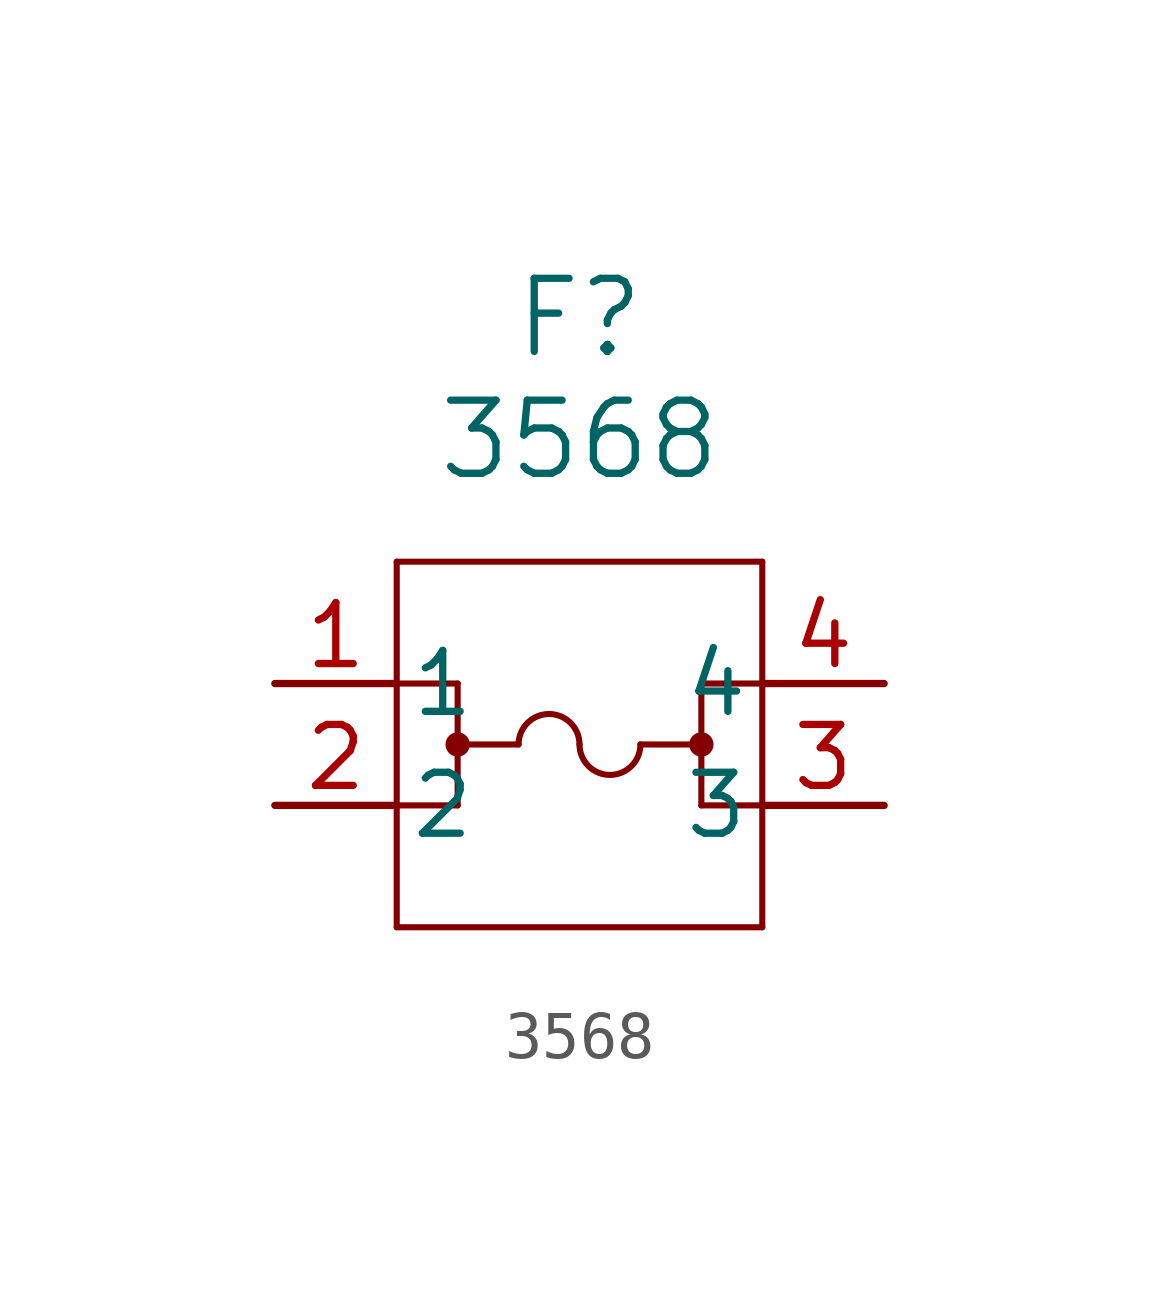
<source format=kicad_sym>
(kicad_symbol_lib
  (version 20241209)
  (generator "kicad_symbol_editor")
  (generator_version "9.0")
  (symbol "3568"
    (pin_names
      (offset 0.254))
    (property "Reference" "F"
      (at 0 8.89 0)
      (effects (font (size 1.524 1.524))))
    (property "Value" "3568"
      (at 0 6.35 0)
      (effects (font (size 1.524 1.524))))
    (property "ki_locked" ""
      (at 0 0 0)
      (effects (font (size 1.27 1.27))))
    (symbol "3568_0_1"
      (polyline (pts (xy -3.81 3.81) (xy -3.81 -3.81)) (stroke (width 0.127) (type default)) (fill (type none)))
      (polyline (pts (xy -3.81 1.27) (xy -2.54 1.27)) (stroke (width 0.127) (type default)) (fill (type none)))
      (polyline (pts (xy -3.81 -1.27) (xy -2.54 -1.27)) (stroke (width 0.127) (type default)) (fill (type none)))
      (polyline (pts (xy -3.81 -3.81) (xy 3.81 -3.81)) (stroke (width 0.127) (type default)) (fill (type none)))
      (polyline (pts (xy -2.54 1.27) (xy -2.54 -1.27)) (stroke (width 0.127) (type default)) (fill (type none)))
      (circle (center -2.54 0) (radius 0.127) (stroke (width 0.254) (type default)) (fill (type none)))
      (polyline (pts (xy -2.54 0) (xy -1.27 0)) (stroke (width 0.127) (type default)) (fill (type none)))
      (arc (start -1.27 0) (mid -0.635 0.635) (end 0 0) (stroke (width 0.127) (type default)) (fill (type none)))
      (arc (start 1.27 0) (mid 0.635 -0.635) (end 0 0) (stroke (width 0.127) (type default)) (fill (type none)))
      (polyline (pts (xy 1.27 0) (xy 2.54 0)) (stroke (width 0.127) (type default)) (fill (type none)))
      (polyline (pts (xy 2.54 1.27) (xy 3.81 1.27)) (stroke (width 0.127) (type default)) (fill (type none)))
      (circle (center 2.54 0) (radius 0.127) (stroke (width 0.254) (type default)) (fill (type none)))
      (polyline (pts (xy 2.54 -1.27) (xy 2.54 1.27)) (stroke (width 0.127) (type default)) (fill (type none)))
      (polyline (pts (xy 3.81 3.81) (xy -3.81 3.81)) (stroke (width 0.127) (type default)) (fill (type none)))
      (polyline (pts (xy 3.81 -1.27) (xy 2.54 -1.27)) (stroke (width 0.127) (type default)) (fill (type none)))
      (polyline (pts (xy 3.81 -3.81) (xy 3.81 3.81)) (stroke (width 0.127) (type default)) (fill (type none))))
    (symbol "3568_1_1"
      (pin power_in line (at -6.35 1.27 0) (length 2.54) (name "1" (effects (font (size 1.27 1.27)))) (number "1" (effects (font (size 1.27 1.27)))))
      (pin passive line (at -6.35 -1.27 0) (length 2.54) (name "2" (effects (font (size 1.27 1.27)))) (number "2" (effects (font (size 1.27 1.27)))))
      (pin power_out line (at 6.35 1.27 180) (length 2.54) (name "4" (effects (font (size 1.27 1.27)))) (number "4" (effects (font (size 1.27 1.27)))))
      (pin passive line (at 6.35 -1.27 180) (length 2.54) (name "3" (effects (font (size 1.27 1.27)))) (number "3" (effects (font (size 1.27 1.27))))))))
</source>
